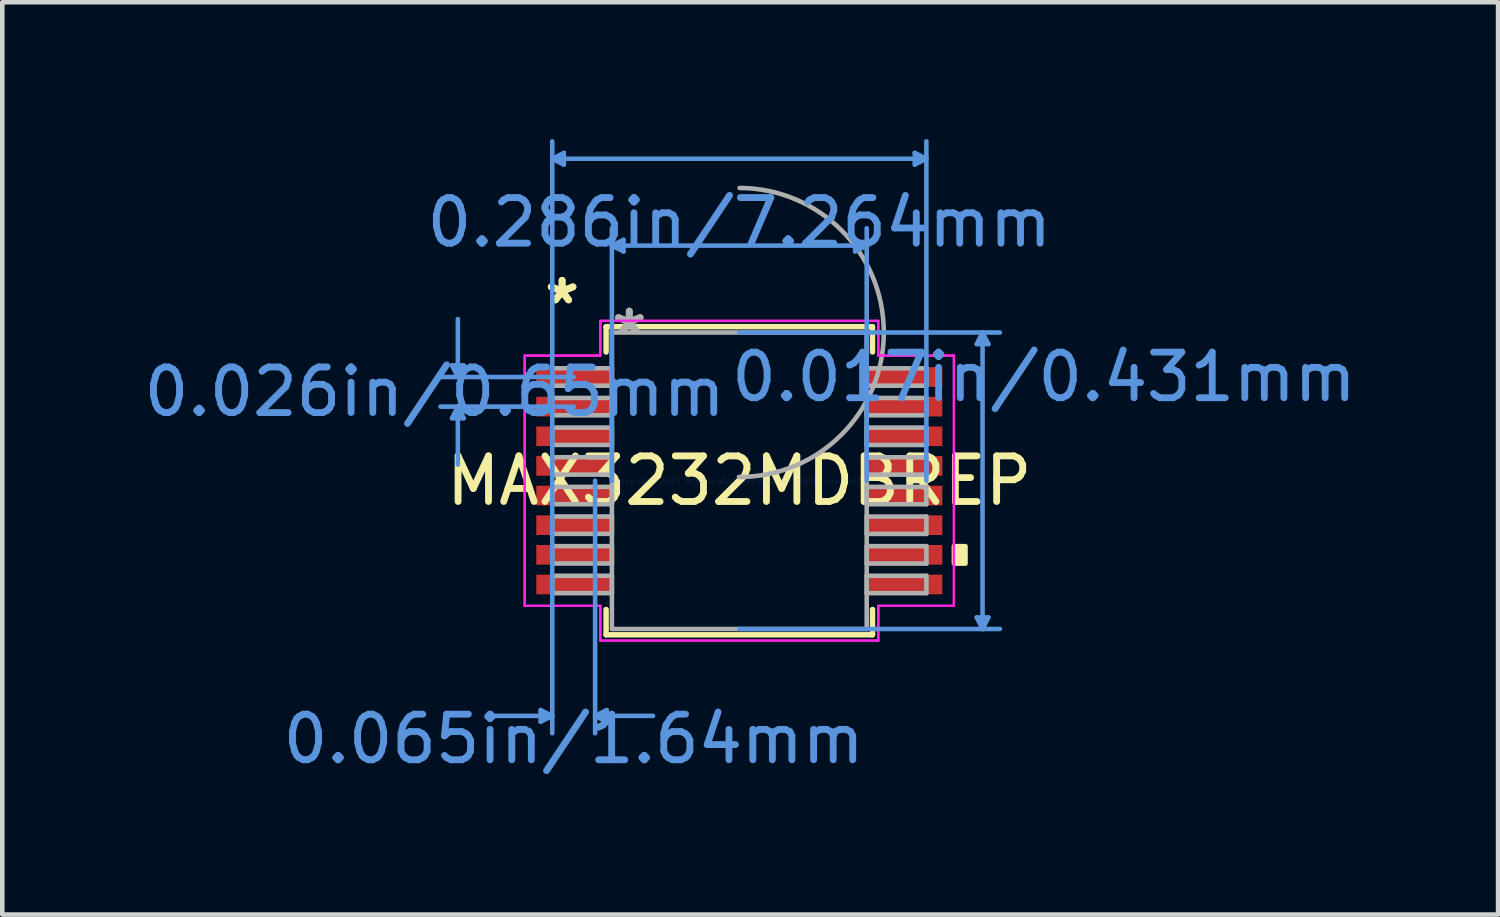
<source format=kicad_pcb>
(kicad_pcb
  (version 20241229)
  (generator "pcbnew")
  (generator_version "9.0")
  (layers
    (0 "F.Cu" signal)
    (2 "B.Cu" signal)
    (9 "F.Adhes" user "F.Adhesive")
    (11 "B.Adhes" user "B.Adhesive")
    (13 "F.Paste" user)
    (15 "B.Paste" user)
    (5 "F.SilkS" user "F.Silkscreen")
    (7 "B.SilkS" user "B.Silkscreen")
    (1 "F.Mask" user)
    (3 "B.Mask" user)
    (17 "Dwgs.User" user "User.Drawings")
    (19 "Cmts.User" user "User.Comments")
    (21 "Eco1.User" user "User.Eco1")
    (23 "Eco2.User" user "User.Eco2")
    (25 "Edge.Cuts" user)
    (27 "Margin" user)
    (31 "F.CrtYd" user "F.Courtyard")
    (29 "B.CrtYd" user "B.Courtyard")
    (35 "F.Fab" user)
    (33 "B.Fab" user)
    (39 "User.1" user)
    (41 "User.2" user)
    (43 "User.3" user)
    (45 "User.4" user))
  (footprint "MAX3232MDBREP"
    (layer "F.Cu")
    (at 13.162 7.492)
    (property "Reference" "MAX3232MDBREP" (at 0 0 0) (layer "F.SilkS") (effects (font (size 1 1) (thickness 0.15))))
    (attr through_hole)
    (fp_line (start -2.921 -3.378) (end -2.921 -2.823) (stroke (width 0.12) (type solid)) (layer "F.SilkS"))
    (fp_line (start -2.921 2.823) (end -2.921 3.378) (stroke (width 0.12) (type solid)) (layer "F.SilkS"))
    (fp_line (start -2.921 3.378) (end 2.921 3.378) (stroke (width 0.12) (type solid)) (layer "F.SilkS"))
    (fp_line (start 2.921 -3.378) (end -2.921 -3.378) (stroke (width 0.12) (type solid)) (layer "F.SilkS"))
    (fp_line (start 2.921 -2.823) (end 2.921 -3.378) (stroke (width 0.12) (type solid)) (layer "F.SilkS"))
    (fp_line (start 2.921 3.378) (end 2.921 2.823) (stroke (width 0.12) (type solid)) (layer "F.SilkS"))
    (fp_poly (pts (xy 4.96 1.435) (xy 4.96 1.816) (xy 4.706 1.816) (xy 4.706 1.435)) (stroke (width 0.1) (type solid)) (fill yes) (layer "F.SilkS"))
    (fp_line (start -6.299 -2.529) (end -6.045 -2.529) (stroke (width 0.1) (type solid)) (layer "Cmts.User"))
    (fp_line (start -6.299 -1.371) (end -6.045 -1.371) (stroke (width 0.1) (type solid)) (layer "Cmts.User"))
    (fp_line (start -6.172 -2.275) (end -6.299 -2.529) (stroke (width 0.1) (type solid)) (layer "Cmts.User"))
    (fp_line (start -6.172 -2.275) (end -6.172 -3.545) (stroke (width 0.1) (type solid)) (layer "Cmts.User"))
    (fp_line (start -6.172 -2.275) (end -6.045 -2.529) (stroke (width 0.1) (type solid)) (layer "Cmts.User"))
    (fp_line (start -6.172 -1.625) (end -6.299 -1.371) (stroke (width 0.1) (type solid)) (layer "Cmts.User"))
    (fp_line (start -6.172 -1.625) (end -6.172 -0.355) (stroke (width 0.1) (type solid)) (layer "Cmts.User"))
    (fp_line (start -6.172 -1.625) (end -6.045 -1.371) (stroke (width 0.1) (type solid)) (layer "Cmts.User"))
    (fp_line (start -4.356 5.029) (end -4.356 5.283) (stroke (width 0.1) (type solid)) (layer "Cmts.User"))
    (fp_line (start -4.102 -7.061) (end -3.848 -7.188) (stroke (width 0.1) (type solid)) (layer "Cmts.User"))
    (fp_line (start -4.102 -7.061) (end -3.848 -6.934) (stroke (width 0.1) (type solid)) (layer "Cmts.User"))
    (fp_line (start -4.102 -7.061) (end 4.102 -7.061) (stroke (width 0.1) (type solid)) (layer "Cmts.User"))
    (fp_line (start -4.102 0) (end -4.102 -7.442) (stroke (width 0.1) (type solid)) (layer "Cmts.User"))
    (fp_line (start -4.102 0) (end -4.102 5.537) (stroke (width 0.1) (type solid)) (layer "Cmts.User"))
    (fp_line (start -4.102 5.156) (end -5.372 5.156) (stroke (width 0.1) (type solid)) (layer "Cmts.User"))
    (fp_line (start -4.102 5.156) (end -4.356 5.029) (stroke (width 0.1) (type solid)) (layer "Cmts.User"))
    (fp_line (start -4.102 5.156) (end -4.356 5.283) (stroke (width 0.1) (type solid)) (layer "Cmts.User"))
    (fp_line (start -3.848 -7.188) (end -3.848 -6.934) (stroke (width 0.1) (type solid)) (layer "Cmts.User"))
    (fp_line (start -3.632 -2.275) (end -6.553 -2.275) (stroke (width 0.1) (type solid)) (layer "Cmts.User"))
    (fp_line (start -3.632 -1.625) (end -6.553 -1.625) (stroke (width 0.1) (type solid)) (layer "Cmts.User"))
    (fp_line (start -3.162 0) (end -3.162 5.537) (stroke (width 0.1) (type solid)) (layer "Cmts.User"))
    (fp_line (start -3.162 5.156) (end -2.908 5.029) (stroke (width 0.1) (type solid)) (layer "Cmts.User"))
    (fp_line (start -3.162 5.156) (end -2.908 5.283) (stroke (width 0.1) (type solid)) (layer "Cmts.User"))
    (fp_line (start -3.162 5.156) (end -1.892 5.156) (stroke (width 0.1) (type solid)) (layer "Cmts.User"))
    (fp_line (start -2.908 5.029) (end -2.908 5.283) (stroke (width 0.1) (type solid)) (layer "Cmts.User"))
    (fp_line (start -2.794 -5.156) (end -2.54 -5.283) (stroke (width 0.1) (type solid)) (layer "Cmts.User"))
    (fp_line (start -2.794 -5.156) (end -2.54 -5.029) (stroke (width 0.1) (type solid)) (layer "Cmts.User"))
    (fp_line (start -2.794 -5.156) (end 2.794 -5.156) (stroke (width 0.1) (type solid)) (layer "Cmts.User"))
    (fp_line (start -2.794 0) (end -2.794 -5.537) (stroke (width 0.1) (type solid)) (layer "Cmts.User"))
    (fp_line (start -2.54 -5.283) (end -2.54 -5.029) (stroke (width 0.1) (type solid)) (layer "Cmts.User"))
    (fp_line (start 0 -3.251) (end 5.715 -3.251) (stroke (width 0.1) (type solid)) (layer "Cmts.User"))
    (fp_line (start 0 3.251) (end 5.715 3.251) (stroke (width 0.1) (type solid)) (layer "Cmts.User"))
    (fp_line (start 2.54 -5.283) (end 2.54 -5.029) (stroke (width 0.1) (type solid)) (layer "Cmts.User"))
    (fp_line (start 2.794 -5.156) (end 2.54 -5.283) (stroke (width 0.1) (type solid)) (layer "Cmts.User"))
    (fp_line (start 2.794 -5.156) (end 2.54 -5.029) (stroke (width 0.1) (type solid)) (layer "Cmts.User"))
    (fp_line (start 2.794 0) (end 2.794 -5.537) (stroke (width 0.1) (type solid)) (layer "Cmts.User"))
    (fp_line (start 3.848 -7.188) (end 3.848 -6.934) (stroke (width 0.1) (type solid)) (layer "Cmts.User"))
    (fp_line (start 4.102 -7.061) (end 3.848 -7.188) (stroke (width 0.1) (type solid)) (layer "Cmts.User"))
    (fp_line (start 4.102 -7.061) (end 3.848 -6.934) (stroke (width 0.1) (type solid)) (layer "Cmts.User"))
    (fp_line (start 4.102 0) (end 4.102 -7.442) (stroke (width 0.1) (type solid)) (layer "Cmts.User"))
    (fp_line (start 5.207 -2.997) (end 5.461 -2.997) (stroke (width 0.1) (type solid)) (layer "Cmts.User"))
    (fp_line (start 5.207 2.997) (end 5.461 2.997) (stroke (width 0.1) (type solid)) (layer "Cmts.User"))
    (fp_line (start 5.334 -3.251) (end 5.207 -2.997) (stroke (width 0.1) (type solid)) (layer "Cmts.User"))
    (fp_line (start 5.334 -3.251) (end 5.334 3.251) (stroke (width 0.1) (type solid)) (layer "Cmts.User"))
    (fp_line (start 5.334 -3.251) (end 5.461 -2.997) (stroke (width 0.1) (type solid)) (layer "Cmts.User"))
    (fp_line (start 5.334 3.251) (end 5.207 2.997) (stroke (width 0.1) (type solid)) (layer "Cmts.User"))
    (fp_line (start 5.334 3.251) (end 5.461 2.997) (stroke (width 0.1) (type solid)) (layer "Cmts.User"))
    (fp_line (start -4.706 -2.744) (end -3.048 -2.744) (stroke (width 0.05) (type solid)) (layer "F.CrtYd"))
    (fp_line (start -4.706 -2.744) (end -3.048 -2.744) (stroke (width 0.05) (type solid)) (layer "F.CrtYd"))
    (fp_line (start -4.706 2.744) (end -4.706 -2.744) (stroke (width 0.05) (type solid)) (layer "F.CrtYd"))
    (fp_line (start -4.706 2.744) (end -4.706 -2.744) (stroke (width 0.05) (type solid)) (layer "F.CrtYd"))
    (fp_line (start -4.706 2.744) (end -3.048 2.744) (stroke (width 0.05) (type solid)) (layer "F.CrtYd"))
    (fp_line (start -3.048 -3.505) (end 3.048 -3.505) (stroke (width 0.05) (type solid)) (layer "F.CrtYd"))
    (fp_line (start -3.048 -3.505) (end 3.048 -3.505) (stroke (width 0.05) (type solid)) (layer "F.CrtYd"))
    (fp_line (start -3.048 -2.744) (end -3.048 -3.505) (stroke (width 0.05) (type solid)) (layer "F.CrtYd"))
    (fp_line (start -3.048 -2.744) (end -3.048 -3.505) (stroke (width 0.05) (type solid)) (layer "F.CrtYd"))
    (fp_line (start -3.048 2.744) (end -4.706 2.744) (stroke (width 0.05) (type solid)) (layer "F.CrtYd"))
    (fp_line (start -3.048 3.505) (end -3.048 2.744) (stroke (width 0.05) (type solid)) (layer "F.CrtYd"))
    (fp_line (start -3.048 3.505) (end -3.048 2.744) (stroke (width 0.05) (type solid)) (layer "F.CrtYd"))
    (fp_line (start 3.048 -3.505) (end 3.048 -2.744) (stroke (width 0.05) (type solid)) (layer "F.CrtYd"))
    (fp_line (start 3.048 -3.505) (end 3.048 -2.744) (stroke (width 0.05) (type solid)) (layer "F.CrtYd"))
    (fp_line (start 3.048 -2.744) (end 4.706 -2.744) (stroke (width 0.05) (type solid)) (layer "F.CrtYd"))
    (fp_line (start 3.048 2.744) (end 3.048 3.505) (stroke (width 0.05) (type solid)) (layer "F.CrtYd"))
    (fp_line (start 3.048 2.744) (end 3.048 3.505) (stroke (width 0.05) (type solid)) (layer "F.CrtYd"))
    (fp_line (start 3.048 3.505) (end -3.048 3.505) (stroke (width 0.05) (type solid)) (layer "F.CrtYd"))
    (fp_line (start 3.048 3.505) (end -3.048 3.505) (stroke (width 0.05) (type solid)) (layer "F.CrtYd"))
    (fp_line (start 4.706 -2.744) (end 3.048 -2.744) (stroke (width 0.05) (type solid)) (layer "F.CrtYd"))
    (fp_line (start 4.706 -2.744) (end 4.706 2.744) (stroke (width 0.05) (type solid)) (layer "F.CrtYd"))
    (fp_line (start 4.706 -2.744) (end 4.706 2.744) (stroke (width 0.05) (type solid)) (layer "F.CrtYd"))
    (fp_line (start 4.706 2.744) (end 3.048 2.744) (stroke (width 0.05) (type solid)) (layer "F.CrtYd"))
    (fp_line (start 4.706 2.744) (end 3.048 2.744) (stroke (width 0.05) (type solid)) (layer "F.CrtYd"))
    (fp_line (start -4.102 -2.466) (end -4.102 -2.084) (stroke (width 0.1) (type solid)) (layer "F.Fab"))
    (fp_line (start -4.102 -2.084) (end -2.794 -2.084) (stroke (width 0.1) (type solid)) (layer "F.Fab"))
    (fp_line (start -4.102 -1.816) (end -4.102 -1.435) (stroke (width 0.1) (type solid)) (layer "F.Fab"))
    (fp_line (start -4.102 -1.435) (end -2.794 -1.435) (stroke (width 0.1) (type solid)) (layer "F.Fab"))
    (fp_line (start -4.102 -1.166) (end -4.102 -0.785) (stroke (width 0.1) (type solid)) (layer "F.Fab"))
    (fp_line (start -4.102 -0.785) (end -2.794 -0.785) (stroke (width 0.1) (type solid)) (layer "F.Fab"))
    (fp_line (start -4.102 -0.516) (end -4.102 -0.135) (stroke (width 0.1) (type solid)) (layer "F.Fab"))
    (fp_line (start -4.102 -0.135) (end -2.794 -0.135) (stroke (width 0.1) (type solid)) (layer "F.Fab"))
    (fp_line (start -4.102 0.134) (end -4.102 0.515) (stroke (width 0.1) (type solid)) (layer "F.Fab"))
    (fp_line (start -4.102 0.515) (end -2.794 0.515) (stroke (width 0.1) (type solid)) (layer "F.Fab"))
    (fp_line (start -4.102 0.784) (end -4.102 1.165) (stroke (width 0.1) (type solid)) (layer "F.Fab"))
    (fp_line (start -4.102 1.165) (end -2.794 1.165) (stroke (width 0.1) (type solid)) (layer "F.Fab"))
    (fp_line (start -4.102 1.434) (end -4.102 1.815) (stroke (width 0.1) (type solid)) (layer "F.Fab"))
    (fp_line (start -4.102 1.815) (end -2.794 1.815) (stroke (width 0.1) (type solid)) (layer "F.Fab"))
    (fp_line (start -4.102 2.084) (end -4.102 2.465) (stroke (width 0.1) (type solid)) (layer "F.Fab"))
    (fp_line (start -4.102 2.465) (end -2.794 2.465) (stroke (width 0.1) (type solid)) (layer "F.Fab"))
    (fp_line (start -2.794 -3.251) (end -2.794 3.251) (stroke (width 0.1) (type solid)) (layer "F.Fab"))
    (fp_line (start -2.794 -2.466) (end -4.102 -2.466) (stroke (width 0.1) (type solid)) (layer "F.Fab"))
    (fp_line (start -2.794 -2.084) (end -2.794 -2.466) (stroke (width 0.1) (type solid)) (layer "F.Fab"))
    (fp_line (start -2.794 -1.816) (end -4.102 -1.816) (stroke (width 0.1) (type solid)) (layer "F.Fab"))
    (fp_line (start -2.794 -1.435) (end -2.794 -1.816) (stroke (width 0.1) (type solid)) (layer "F.Fab"))
    (fp_line (start -2.794 -1.166) (end -4.102 -1.166) (stroke (width 0.1) (type solid)) (layer "F.Fab"))
    (fp_line (start -2.794 -0.785) (end -2.794 -1.166) (stroke (width 0.1) (type solid)) (layer "F.Fab"))
    (fp_line (start -2.794 -0.516) (end -4.102 -0.516) (stroke (width 0.1) (type solid)) (layer "F.Fab"))
    (fp_line (start -2.794 -0.135) (end -2.794 -0.516) (stroke (width 0.1) (type solid)) (layer "F.Fab"))
    (fp_line (start -2.794 0.134) (end -4.102 0.134) (stroke (width 0.1) (type solid)) (layer "F.Fab"))
    (fp_line (start -2.794 0.515) (end -2.794 0.134) (stroke (width 0.1) (type solid)) (layer "F.Fab"))
    (fp_line (start -2.794 0.784) (end -4.102 0.784) (stroke (width 0.1) (type solid)) (layer "F.Fab"))
    (fp_line (start -2.794 1.165) (end -2.794 0.784) (stroke (width 0.1) (type solid)) (layer "F.Fab"))
    (fp_line (start -2.794 1.434) (end -4.102 1.434) (stroke (width 0.1) (type solid)) (layer "F.Fab"))
    (fp_line (start -2.794 1.815) (end -2.794 1.434) (stroke (width 0.1) (type solid)) (layer "F.Fab"))
    (fp_line (start -2.794 2.084) (end -4.102 2.084) (stroke (width 0.1) (type solid)) (layer "F.Fab"))
    (fp_line (start -2.794 2.465) (end -2.794 2.084) (stroke (width 0.1) (type solid)) (layer "F.Fab"))
    (fp_line (start -2.794 3.251) (end 2.794 3.251) (stroke (width 0.1) (type solid)) (layer "F.Fab"))
    (fp_line (start 2.794 -3.251) (end -2.794 -3.251) (stroke (width 0.1) (type solid)) (layer "F.Fab"))
    (fp_line (start 2.794 -2.465) (end 2.794 -2.084) (stroke (width 0.1) (type solid)) (layer "F.Fab"))
    (fp_line (start 2.794 -2.084) (end 4.102 -2.084) (stroke (width 0.1) (type solid)) (layer "F.Fab"))
    (fp_line (start 2.794 -1.815) (end 2.794 -1.434) (stroke (width 0.1) (type solid)) (layer "F.Fab"))
    (fp_line (start 2.794 -1.434) (end 4.102 -1.434) (stroke (width 0.1) (type solid)) (layer "F.Fab"))
    (fp_line (start 2.794 -1.165) (end 2.794 -0.784) (stroke (width 0.1) (type solid)) (layer "F.Fab"))
    (fp_line (start 2.794 -0.784) (end 4.102 -0.784) (stroke (width 0.1) (type solid)) (layer "F.Fab"))
    (fp_line (start 2.794 -0.515) (end 2.794 -0.134) (stroke (width 0.1) (type solid)) (layer "F.Fab"))
    (fp_line (start 2.794 -0.134) (end 4.102 -0.134) (stroke (width 0.1) (type solid)) (layer "F.Fab"))
    (fp_line (start 2.794 0.135) (end 2.794 0.516) (stroke (width 0.1) (type solid)) (layer "F.Fab"))
    (fp_line (start 2.794 0.516) (end 4.102 0.516) (stroke (width 0.1) (type solid)) (layer "F.Fab"))
    (fp_line (start 2.794 0.785) (end 2.794 1.166) (stroke (width 0.1) (type solid)) (layer "F.Fab"))
    (fp_line (start 2.794 1.166) (end 4.102 1.166) (stroke (width 0.1) (type solid)) (layer "F.Fab"))
    (fp_line (start 2.794 1.435) (end 2.794 1.816) (stroke (width 0.1) (type solid)) (layer "F.Fab"))
    (fp_line (start 2.794 1.816) (end 4.102 1.816) (stroke (width 0.1) (type solid)) (layer "F.Fab"))
    (fp_line (start 2.794 2.084) (end 2.794 2.466) (stroke (width 0.1) (type solid)) (layer "F.Fab"))
    (fp_line (start 2.794 2.466) (end 4.102 2.466) (stroke (width 0.1) (type solid)) (layer "F.Fab"))
    (fp_line (start 2.794 3.251) (end 2.794 -3.251) (stroke (width 0.1) (type solid)) (layer "F.Fab"))
    (fp_line (start 4.102 -2.465) (end 2.794 -2.465) (stroke (width 0.1) (type solid)) (layer "F.Fab"))
    (fp_line (start 4.102 -2.084) (end 4.102 -2.465) (stroke (width 0.1) (type solid)) (layer "F.Fab"))
    (fp_line (start 4.102 -1.815) (end 2.794 -1.815) (stroke (width 0.1) (type solid)) (layer "F.Fab"))
    (fp_line (start 4.102 -1.434) (end 4.102 -1.815) (stroke (width 0.1) (type solid)) (layer "F.Fab"))
    (fp_line (start 4.102 -1.165) (end 2.794 -1.165) (stroke (width 0.1) (type solid)) (layer "F.Fab"))
    (fp_line (start 4.102 -0.784) (end 4.102 -1.165) (stroke (width 0.1) (type solid)) (layer "F.Fab"))
    (fp_line (start 4.102 -0.515) (end 2.794 -0.515) (stroke (width 0.1) (type solid)) (layer "F.Fab"))
    (fp_line (start 4.102 -0.134) (end 4.102 -0.515) (stroke (width 0.1) (type solid)) (layer "F.Fab"))
    (fp_line (start 4.102 0.135) (end 2.794 0.135) (stroke (width 0.1) (type solid)) (layer "F.Fab"))
    (fp_line (start 4.102 0.516) (end 4.102 0.135) (stroke (width 0.1) (type solid)) (layer "F.Fab"))
    (fp_line (start 4.102 0.785) (end 2.794 0.785) (stroke (width 0.1) (type solid)) (layer "F.Fab"))
    (fp_line (start 4.102 1.166) (end 4.102 0.785) (stroke (width 0.1) (type solid)) (layer "F.Fab"))
    (fp_line (start 4.102 1.435) (end 2.794 1.435) (stroke (width 0.1) (type solid)) (layer "F.Fab"))
    (fp_line (start 4.102 1.816) (end 4.102 1.435) (stroke (width 0.1) (type solid)) (layer "F.Fab"))
    (fp_line (start 4.102 2.084) (end 2.794 2.084) (stroke (width 0.1) (type solid)) (layer "F.Fab"))
    (fp_line (start 4.102 2.466) (end 4.102 2.084) (stroke (width 0.1) (type solid)) (layer "F.Fab"))
    (fp_arc (start 0.007742 -6.41982) (mid 3.16862 -3.243458) (end -0.007742 -0.08258) (stroke (width 0.1) (type solid)) (layer "F.Fab"))
    (fp_text user "*" (at -3.886 -3.849 0) (layer "F.SilkS") (effects (font (size 1 1) (thickness 0.15))))
    (fp_text user "*" (at -3.886 -3.849 0) (layer "F.SilkS") (effects (font (size 1 1) (thickness 0.15))))
    (fp_text user "0.286in/7.264mm" (at 0 -5.664 0) (layer "Cmts.User") (effects (font (size 1 1) (thickness 0.15))))
    (fp_text user "0.017in/0.431mm" (at 6.68 -2.275 0) (layer "Cmts.User") (effects (font (size 1 1) (thickness 0.15))))
    (fp_text user "0.065in/1.64mm" (at -3.632 5.664 0) (layer "Cmts.User") (effects (font (size 1 1) (thickness 0.15))))
    (fp_text user "0.026in/0.65mm" (at -6.68 -1.95 0) (layer "Cmts.User") (effects (font (size 1 1) (thickness 0.15))))
    (fp_text user "Copyright 2021 Accelerated Designs. All rights reserved." (at 0 0 0) (layer "Cmts.User") (effects (font (size 0.127 0.127) (thickness 0.002))))
    (fp_text user "*" (at -2.413 -3.175 0) (layer "F.Fab") (effects (font (size 1 1) (thickness 0.15))))
    (fp_text user "*" (at -2.413 -3.175 0) (layer "F.Fab") (effects (font (size 1 1) (thickness 0.15))))
    (pad "1" smd rect (at -3.632 -2.275) (size 1.64 0.431) (layers "F.Cu" "F.Mask" "F.Paste"))
    (pad "2" smd rect (at -3.632 -1.625) (size 1.64 0.431) (layers "F.Cu" "F.Mask" "F.Paste"))
    (pad "3" smd rect (at -3.632 -0.975) (size 1.64 0.431) (layers "F.Cu" "F.Mask" "F.Paste"))
    (pad "4" smd rect (at -3.632 -0.325) (size 1.64 0.431) (layers "F.Cu" "F.Mask" "F.Paste"))
    (pad "5" smd rect (at -3.632 0.325) (size 1.64 0.431) (layers "F.Cu" "F.Mask" "F.Paste"))
    (pad "6" smd rect (at -3.632 0.975) (size 1.64 0.431) (layers "F.Cu" "F.Mask" "F.Paste"))
    (pad "7" smd rect (at -3.632 1.625) (size 1.64 0.431) (layers "F.Cu" "F.Mask" "F.Paste"))
    (pad "8" smd rect (at -3.632 2.275) (size 1.64 0.431) (layers "F.Cu" "F.Mask" "F.Paste"))
    (pad "9" smd rect (at 3.632 2.275) (size 1.64 0.431) (layers "F.Cu" "F.Mask" "F.Paste"))
    (pad "10" smd rect (at 3.632 1.625) (size 1.64 0.431) (layers "F.Cu" "F.Mask" "F.Paste"))
    (pad "11" smd rect (at 3.632 0.975) (size 1.64 0.431) (layers "F.Cu" "F.Mask" "F.Paste"))
    (pad "12" smd rect (at 3.632 0.325) (size 1.64 0.431) (layers "F.Cu" "F.Mask" "F.Paste"))
    (pad "13" smd rect (at 3.632 -0.325) (size 1.64 0.431) (layers "F.Cu" "F.Mask" "F.Paste"))
    (pad "14" smd rect (at 3.632 -0.975) (size 1.64 0.431) (layers "F.Cu" "F.Mask" "F.Paste"))
    (pad "15" smd rect (at 3.632 -1.625) (size 1.64 0.431) (layers "F.Cu" "F.Mask" "F.Paste"))
    (pad "16" smd rect (at 3.632 -2.275) (size 1.64 0.431) (layers "F.Cu" "F.Mask" "F.Paste")))
  (gr_rect
    (start -3 -3)
    (end 29.801 17.005)
    (stroke (width 0.1) (type default))
    (fill no)
    (layer "Edge.Cuts")))
</source>
